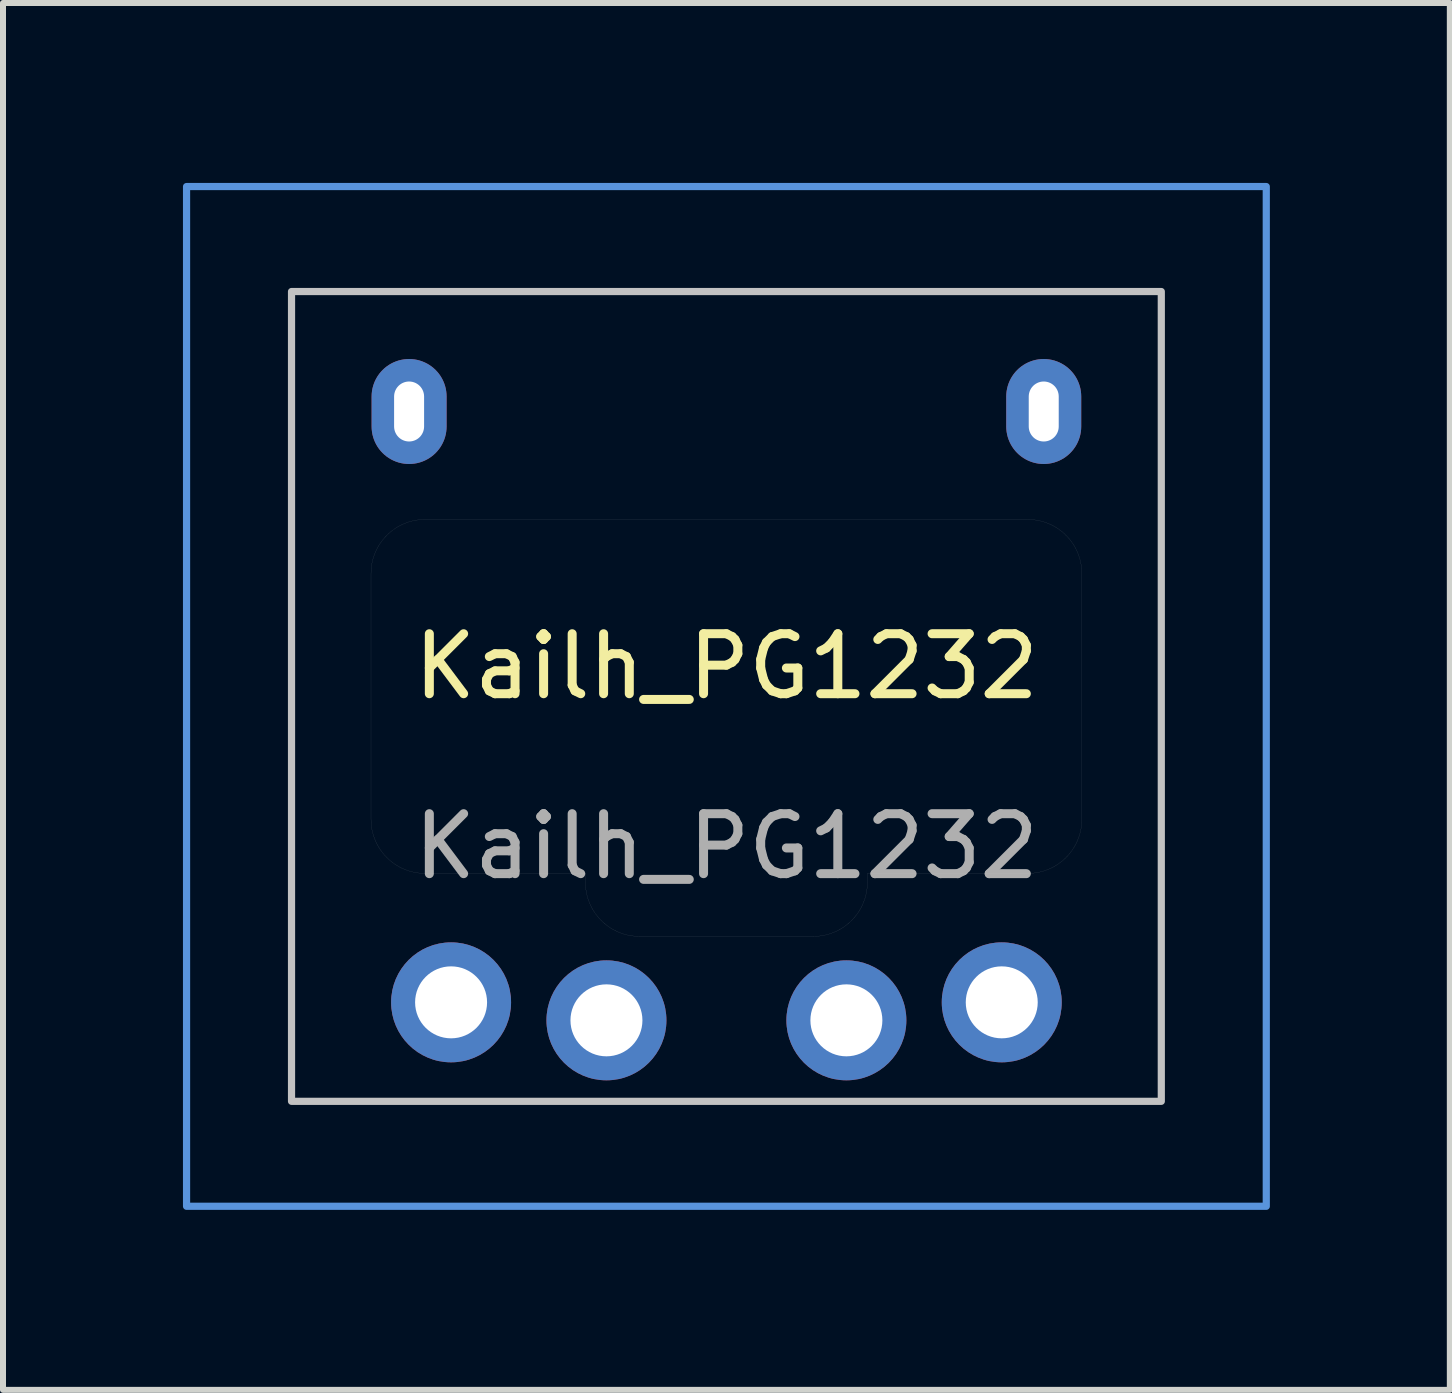
<source format=kicad_pcb>
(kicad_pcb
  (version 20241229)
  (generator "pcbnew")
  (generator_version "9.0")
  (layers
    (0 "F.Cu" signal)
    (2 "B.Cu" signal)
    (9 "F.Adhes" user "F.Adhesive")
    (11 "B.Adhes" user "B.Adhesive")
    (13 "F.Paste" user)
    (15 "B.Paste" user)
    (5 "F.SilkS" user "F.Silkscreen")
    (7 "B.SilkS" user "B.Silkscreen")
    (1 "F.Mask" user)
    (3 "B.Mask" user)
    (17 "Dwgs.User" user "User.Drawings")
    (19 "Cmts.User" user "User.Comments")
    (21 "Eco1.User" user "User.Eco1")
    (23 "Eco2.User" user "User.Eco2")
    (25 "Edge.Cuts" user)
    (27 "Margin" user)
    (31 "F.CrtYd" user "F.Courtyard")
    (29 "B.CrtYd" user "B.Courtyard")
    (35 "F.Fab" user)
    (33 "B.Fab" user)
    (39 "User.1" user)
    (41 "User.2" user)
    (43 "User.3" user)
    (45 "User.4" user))
  (footprint "Kailh_PG1232"
    (layer "F.Cu")
    (at 9.06 8.56)
    (property "Reference" "Kailh_PG1232" (at 0 -0.5 0) (unlocked yes) (layer "F.SilkS") (effects (font (size 1 1) (thickness 0.15))))
    (fp_rect (start -7.25 -6.75) (end 7.25 6.75) (stroke (width 0.12) (type solid)) (fill no) (layer "Dwgs.User"))
    (fp_rect (start -9 -8.5) (end 9 8.5) (stroke (width 0.12) (type solid)) (fill no) (layer "Cmts.User"))
    (fp_line (start -5.925 -2.05) (end -5.925 -2.05) (stroke (width 0.001) (type solid)) (layer "Edge.Cuts"))
    (fp_line (start -5.925 -2.05) (end -5.925 2.05) (stroke (width 0.001) (type solid)) (layer "Edge.Cuts"))
    (fp_line (start -5.925 2.05) (end -5.925 2.05) (stroke (width 0.001) (type solid)) (layer "Edge.Cuts"))
    (fp_line (start -5.925 2.05) (end -5.924 2.095) (stroke (width 0.001) (type solid)) (layer "Edge.Cuts"))
    (fp_line (start -5.924 2.095) (end -5.921 2.139) (stroke (width 0.001) (type solid)) (layer "Edge.Cuts"))
    (fp_line (start -5.924 -2.096) (end -5.925 -2.05) (stroke (width 0.001) (type solid)) (layer "Edge.Cuts"))
    (fp_line (start -5.921 2.139) (end -5.915 2.183) (stroke (width 0.001) (type solid)) (layer "Edge.Cuts"))
    (fp_line (start -5.92 -2.142) (end -5.924 -2.096) (stroke (width 0.001) (type solid)) (layer "Edge.Cuts"))
    (fp_line (start -5.915 2.183) (end -5.908 2.226) (stroke (width 0.001) (type solid)) (layer "Edge.Cuts"))
    (fp_line (start -5.915 -2.187) (end -5.92 -2.142) (stroke (width 0.001) (type solid)) (layer "Edge.Cuts"))
    (fp_line (start -5.908 2.226) (end -5.898 2.269) (stroke (width 0.001) (type solid)) (layer "Edge.Cuts"))
    (fp_line (start -5.907 -2.231) (end -5.915 -2.187) (stroke (width 0.001) (type solid)) (layer "Edge.Cuts"))
    (fp_line (start -5.898 2.269) (end -5.886 2.312) (stroke (width 0.001) (type solid)) (layer "Edge.Cuts"))
    (fp_line (start -5.897 -2.275) (end -5.907 -2.231) (stroke (width 0.001) (type solid)) (layer "Edge.Cuts"))
    (fp_line (start -5.886 2.312) (end -5.872 2.353) (stroke (width 0.001) (type solid)) (layer "Edge.Cuts"))
    (fp_line (start -5.885 -2.318) (end -5.897 -2.275) (stroke (width 0.001) (type solid)) (layer "Edge.Cuts"))
    (fp_line (start -5.872 2.353) (end -5.856 2.394) (stroke (width 0.001) (type solid)) (layer "Edge.Cuts"))
    (fp_line (start -5.87 -2.359) (end -5.885 -2.318) (stroke (width 0.001) (type solid)) (layer "Edge.Cuts"))
    (fp_line (start -5.856 2.394) (end -5.839 2.435) (stroke (width 0.001) (type solid)) (layer "Edge.Cuts"))
    (fp_line (start -5.854 -2.4) (end -5.87 -2.359) (stroke (width 0.001) (type solid)) (layer "Edge.Cuts"))
    (fp_line (start -5.839 2.435) (end -5.819 2.474) (stroke (width 0.001) (type solid)) (layer "Edge.Cuts"))
    (fp_line (start -5.836 -2.44) (end -5.854 -2.4) (stroke (width 0.001) (type solid)) (layer "Edge.Cuts"))
    (fp_line (start -5.819 2.474) (end -5.797 2.512) (stroke (width 0.001) (type solid)) (layer "Edge.Cuts"))
    (fp_line (start -5.816 -2.479) (end -5.836 -2.44) (stroke (width 0.001) (type solid)) (layer "Edge.Cuts"))
    (fp_line (start -5.797 2.512) (end -5.774 2.549) (stroke (width 0.001) (type solid)) (layer "Edge.Cuts"))
    (fp_line (start -5.795 -2.517) (end -5.816 -2.479) (stroke (width 0.001) (type solid)) (layer "Edge.Cuts"))
    (fp_line (start -5.774 2.549) (end -5.748 2.585) (stroke (width 0.001) (type solid)) (layer "Edge.Cuts"))
    (fp_line (start -5.771 -2.553) (end -5.795 -2.517) (stroke (width 0.001) (type solid)) (layer "Edge.Cuts"))
    (fp_line (start -5.748 2.585) (end -5.721 2.62) (stroke (width 0.001) (type solid)) (layer "Edge.Cuts"))
    (fp_line (start -5.746 -2.588) (end -5.771 -2.553) (stroke (width 0.001) (type solid)) (layer "Edge.Cuts"))
    (fp_line (start -5.721 2.62) (end -5.692 2.654) (stroke (width 0.001) (type solid)) (layer "Edge.Cuts"))
    (fp_line (start -5.719 -2.622) (end -5.746 -2.588) (stroke (width 0.001) (type solid)) (layer "Edge.Cuts"))
    (fp_line (start -5.692 2.654) (end -5.661 2.686) (stroke (width 0.001) (type solid)) (layer "Edge.Cuts"))
    (fp_line (start -5.691 -2.655) (end -5.719 -2.622) (stroke (width 0.001) (type solid)) (layer "Edge.Cuts"))
    (fp_line (start -5.661 -2.686) (end -5.691 -2.655) (stroke (width 0.001) (type solid)) (layer "Edge.Cuts"))
    (fp_line (start -5.661 2.686) (end -5.661 2.686) (stroke (width 0.001) (type solid)) (layer "Edge.Cuts"))
    (fp_line (start -5.661 2.686) (end -5.629 2.717) (stroke (width 0.001) (type solid)) (layer "Edge.Cuts"))
    (fp_line (start -5.63 -2.716) (end -5.661 -2.686) (stroke (width 0.001) (type solid)) (layer "Edge.Cuts"))
    (fp_line (start -5.629 2.717) (end -5.595 2.746) (stroke (width 0.001) (type solid)) (layer "Edge.Cuts"))
    (fp_line (start -5.597 -2.744) (end -5.63 -2.716) (stroke (width 0.001) (type solid)) (layer "Edge.Cuts"))
    (fp_line (start -5.595 2.746) (end -5.56 2.773) (stroke (width 0.001) (type solid)) (layer "Edge.Cuts"))
    (fp_line (start -5.563 -2.771) (end -5.597 -2.744) (stroke (width 0.001) (type solid)) (layer "Edge.Cuts"))
    (fp_line (start -5.56 2.773) (end -5.524 2.799) (stroke (width 0.001) (type solid)) (layer "Edge.Cuts"))
    (fp_line (start -5.528 -2.796) (end -5.563 -2.771) (stroke (width 0.001) (type solid)) (layer "Edge.Cuts"))
    (fp_line (start -5.524 2.799) (end -5.487 2.822) (stroke (width 0.001) (type solid)) (layer "Edge.Cuts"))
    (fp_line (start -5.492 -2.82) (end -5.528 -2.796) (stroke (width 0.001) (type solid)) (layer "Edge.Cuts"))
    (fp_line (start -5.487 2.822) (end -5.449 2.844) (stroke (width 0.001) (type solid)) (layer "Edge.Cuts"))
    (fp_line (start -5.454 -2.841) (end -5.492 -2.82) (stroke (width 0.001) (type solid)) (layer "Edge.Cuts"))
    (fp_line (start -5.449 2.844) (end -5.41 2.864) (stroke (width 0.001) (type solid)) (layer "Edge.Cuts"))
    (fp_line (start -5.415 -2.861) (end -5.454 -2.841) (stroke (width 0.001) (type solid)) (layer "Edge.Cuts"))
    (fp_line (start -5.41 2.864) (end -5.369 2.881) (stroke (width 0.001) (type solid)) (layer "Edge.Cuts"))
    (fp_line (start -5.375 -2.879) (end -5.415 -2.861) (stroke (width 0.001) (type solid)) (layer "Edge.Cuts"))
    (fp_line (start -5.369 2.881) (end -5.328 2.897) (stroke (width 0.001) (type solid)) (layer "Edge.Cuts"))
    (fp_line (start -5.334 -2.895) (end -5.375 -2.879) (stroke (width 0.001) (type solid)) (layer "Edge.Cuts"))
    (fp_line (start -5.328 2.897) (end -5.287 2.911) (stroke (width 0.001) (type solid)) (layer "Edge.Cuts"))
    (fp_line (start -5.293 -2.91) (end -5.334 -2.895) (stroke (width 0.001) (type solid)) (layer "Edge.Cuts"))
    (fp_line (start -5.287 2.911) (end -5.244 2.923) (stroke (width 0.001) (type solid)) (layer "Edge.Cuts"))
    (fp_line (start -5.25 -2.922) (end -5.293 -2.91) (stroke (width 0.001) (type solid)) (layer "Edge.Cuts"))
    (fp_line (start -5.244 2.923) (end -5.201 2.933) (stroke (width 0.001) (type solid)) (layer "Edge.Cuts"))
    (fp_line (start -5.206 -2.932) (end -5.25 -2.922) (stroke (width 0.001) (type solid)) (layer "Edge.Cuts"))
    (fp_line (start -5.201 2.933) (end -5.158 2.94) (stroke (width 0.001) (type solid)) (layer "Edge.Cuts"))
    (fp_line (start -5.162 -2.94) (end -5.206 -2.932) (stroke (width 0.001) (type solid)) (layer "Edge.Cuts"))
    (fp_line (start -5.158 2.94) (end -5.114 2.946) (stroke (width 0.001) (type solid)) (layer "Edge.Cuts"))
    (fp_line (start -5.117 -2.945) (end -5.162 -2.94) (stroke (width 0.001) (type solid)) (layer "Edge.Cuts"))
    (fp_line (start -5.114 2.946) (end -5.07 2.949) (stroke (width 0.001) (type solid)) (layer "Edge.Cuts"))
    (fp_line (start -5.071 -2.949) (end -5.117 -2.945) (stroke (width 0.001) (type solid)) (layer "Edge.Cuts"))
    (fp_line (start -5.07 2.949) (end -5.025 2.95) (stroke (width 0.001) (type solid)) (layer "Edge.Cuts"))
    (fp_line (start -5.025 -2.95) (end -5.071 -2.949) (stroke (width 0.001) (type solid)) (layer "Edge.Cuts"))
    (fp_line (start -5.025 2.95) (end -5.025 2.95) (stroke (width 0.001) (type solid)) (layer "Edge.Cuts"))
    (fp_line (start -5.025 2.95) (end -2.35 2.95) (stroke (width 0.001) (type solid)) (layer "Edge.Cuts"))
    (fp_line (start -2.35 2.95) (end -2.35 2.95) (stroke (width 0.001) (type solid)) (layer "Edge.Cuts"))
    (fp_line (start -2.35 2.95) (end -2.35 3.1) (stroke (width 0.001) (type solid)) (layer "Edge.Cuts"))
    (fp_line (start -2.35 3.1) (end -2.35 3.1) (stroke (width 0.001) (type solid)) (layer "Edge.Cuts"))
    (fp_line (start -2.35 3.1) (end -2.349 3.146) (stroke (width 0.001) (type solid)) (layer "Edge.Cuts"))
    (fp_line (start -2.349 3.146) (end -2.345 3.192) (stroke (width 0.001) (type solid)) (layer "Edge.Cuts"))
    (fp_line (start -2.345 3.192) (end -2.34 3.237) (stroke (width 0.001) (type solid)) (layer "Edge.Cuts"))
    (fp_line (start -2.34 3.237) (end -2.332 3.281) (stroke (width 0.001) (type solid)) (layer "Edge.Cuts"))
    (fp_line (start -2.332 3.281) (end -2.322 3.325) (stroke (width 0.001) (type solid)) (layer "Edge.Cuts"))
    (fp_line (start -2.322 3.325) (end -2.31 3.368) (stroke (width 0.001) (type solid)) (layer "Edge.Cuts"))
    (fp_line (start -2.31 3.368) (end -2.295 3.409) (stroke (width 0.001) (type solid)) (layer "Edge.Cuts"))
    (fp_line (start -2.295 3.409) (end -2.279 3.45) (stroke (width 0.001) (type solid)) (layer "Edge.Cuts"))
    (fp_line (start -2.279 3.45) (end -2.261 3.49) (stroke (width 0.001) (type solid)) (layer "Edge.Cuts"))
    (fp_line (start -2.261 3.49) (end -2.241 3.529) (stroke (width 0.001) (type solid)) (layer "Edge.Cuts"))
    (fp_line (start -2.241 3.529) (end -2.22 3.567) (stroke (width 0.001) (type solid)) (layer "Edge.Cuts"))
    (fp_line (start -2.22 3.567) (end -2.196 3.603) (stroke (width 0.001) (type solid)) (layer "Edge.Cuts"))
    (fp_line (start -2.196 3.603) (end -2.171 3.638) (stroke (width 0.001) (type solid)) (layer "Edge.Cuts"))
    (fp_line (start -2.171 3.638) (end -2.144 3.672) (stroke (width 0.001) (type solid)) (layer "Edge.Cuts"))
    (fp_line (start -2.144 3.672) (end -2.116 3.705) (stroke (width 0.001) (type solid)) (layer "Edge.Cuts"))
    (fp_line (start -2.116 3.705) (end -2.086 3.736) (stroke (width 0.001) (type solid)) (layer "Edge.Cuts"))
    (fp_line (start -2.086 3.736) (end -2.055 3.766) (stroke (width 0.001) (type solid)) (layer "Edge.Cuts"))
    (fp_line (start -2.055 3.766) (end -2.022 3.794) (stroke (width 0.001) (type solid)) (layer "Edge.Cuts"))
    (fp_line (start -2.022 3.794) (end -1.988 3.821) (stroke (width 0.001) (type solid)) (layer "Edge.Cuts"))
    (fp_line (start -1.988 3.821) (end -1.953 3.846) (stroke (width 0.001) (type solid)) (layer "Edge.Cuts"))
    (fp_line (start -1.953 3.846) (end -1.917 3.87) (stroke (width 0.001) (type solid)) (layer "Edge.Cuts"))
    (fp_line (start -1.917 3.87) (end -1.879 3.891) (stroke (width 0.001) (type solid)) (layer "Edge.Cuts"))
    (fp_line (start -1.879 3.891) (end -1.84 3.911) (stroke (width 0.001) (type solid)) (layer "Edge.Cuts"))
    (fp_line (start -1.84 3.911) (end -1.8 3.929) (stroke (width 0.001) (type solid)) (layer "Edge.Cuts"))
    (fp_line (start -1.8 3.929) (end -1.759 3.945) (stroke (width 0.001) (type solid)) (layer "Edge.Cuts"))
    (fp_line (start -1.759 3.945) (end -1.718 3.96) (stroke (width 0.001) (type solid)) (layer "Edge.Cuts"))
    (fp_line (start -1.718 3.96) (end -1.675 3.972) (stroke (width 0.001) (type solid)) (layer "Edge.Cuts"))
    (fp_line (start -1.675 3.972) (end -1.631 3.982) (stroke (width 0.001) (type solid)) (layer "Edge.Cuts"))
    (fp_line (start -1.631 3.982) (end -1.587 3.99) (stroke (width 0.001) (type solid)) (layer "Edge.Cuts"))
    (fp_line (start -1.587 3.99) (end -1.542 3.995) (stroke (width 0.001) (type solid)) (layer "Edge.Cuts"))
    (fp_line (start -1.542 3.995) (end -1.496 3.999) (stroke (width 0.001) (type solid)) (layer "Edge.Cuts"))
    (fp_line (start -1.496 3.999) (end -1.45 4) (stroke (width 0.001) (type solid)) (layer "Edge.Cuts"))
    (fp_line (start -1.45 4) (end -1.45 4) (stroke (width 0.001) (type solid)) (layer "Edge.Cuts"))
    (fp_line (start -1.45 4) (end 1.45 4) (stroke (width 0.001) (type solid)) (layer "Edge.Cuts"))
    (fp_line (start 1.45 4) (end 1.45 4) (stroke (width 0.001) (type solid)) (layer "Edge.Cuts"))
    (fp_line (start 1.45 4) (end 1.495 3.999) (stroke (width 0.001) (type solid)) (layer "Edge.Cuts"))
    (fp_line (start 1.495 3.999) (end 1.539 3.996) (stroke (width 0.001) (type solid)) (layer "Edge.Cuts"))
    (fp_line (start 1.539 3.996) (end 1.583 3.99) (stroke (width 0.001) (type solid)) (layer "Edge.Cuts"))
    (fp_line (start 1.583 3.99) (end 1.626 3.983) (stroke (width 0.001) (type solid)) (layer "Edge.Cuts"))
    (fp_line (start 1.626 3.983) (end 1.669 3.973) (stroke (width 0.001) (type solid)) (layer "Edge.Cuts"))
    (fp_line (start 1.669 3.973) (end 1.712 3.961) (stroke (width 0.001) (type solid)) (layer "Edge.Cuts"))
    (fp_line (start 1.712 3.961) (end 1.753 3.947) (stroke (width 0.001) (type solid)) (layer "Edge.Cuts"))
    (fp_line (start 1.753 3.947) (end 1.794 3.931) (stroke (width 0.001) (type solid)) (layer "Edge.Cuts"))
    (fp_line (start 1.794 3.931) (end 1.835 3.914) (stroke (width 0.001) (type solid)) (layer "Edge.Cuts"))
    (fp_line (start 1.835 3.914) (end 1.874 3.894) (stroke (width 0.001) (type solid)) (layer "Edge.Cuts"))
    (fp_line (start 1.874 3.894) (end 1.912 3.872) (stroke (width 0.001) (type solid)) (layer "Edge.Cuts"))
    (fp_line (start 1.912 3.872) (end 1.949 3.849) (stroke (width 0.001) (type solid)) (layer "Edge.Cuts"))
    (fp_line (start 1.949 3.849) (end 1.985 3.823) (stroke (width 0.001) (type solid)) (layer "Edge.Cuts"))
    (fp_line (start 1.985 3.823) (end 2.02 3.796) (stroke (width 0.001) (type solid)) (layer "Edge.Cuts"))
    (fp_line (start 2.02 3.796) (end 2.054 3.767) (stroke (width 0.001) (type solid)) (layer "Edge.Cuts"))
    (fp_line (start 2.054 3.767) (end 2.086 3.736) (stroke (width 0.001) (type solid)) (layer "Edge.Cuts"))
    (fp_line (start 2.086 3.736) (end 2.086 3.736) (stroke (width 0.001) (type solid)) (layer "Edge.Cuts"))
    (fp_line (start 2.086 3.736) (end 2.117 3.704) (stroke (width 0.001) (type solid)) (layer "Edge.Cuts"))
    (fp_line (start 2.117 3.704) (end 2.146 3.67) (stroke (width 0.001) (type solid)) (layer "Edge.Cuts"))
    (fp_line (start 2.146 3.67) (end 2.173 3.635) (stroke (width 0.001) (type solid)) (layer "Edge.Cuts"))
    (fp_line (start 2.173 3.635) (end 2.199 3.599) (stroke (width 0.001) (type solid)) (layer "Edge.Cuts"))
    (fp_line (start 2.199 3.599) (end 2.222 3.562) (stroke (width 0.001) (type solid)) (layer "Edge.Cuts"))
    (fp_line (start 2.222 3.562) (end 2.244 3.524) (stroke (width 0.001) (type solid)) (layer "Edge.Cuts"))
    (fp_line (start 2.244 3.524) (end 2.264 3.485) (stroke (width 0.001) (type solid)) (layer "Edge.Cuts"))
    (fp_line (start 2.264 3.485) (end 2.281 3.444) (stroke (width 0.001) (type solid)) (layer "Edge.Cuts"))
    (fp_line (start 2.281 3.444) (end 2.297 3.403) (stroke (width 0.001) (type solid)) (layer "Edge.Cuts"))
    (fp_line (start 2.297 3.403) (end 2.311 3.362) (stroke (width 0.001) (type solid)) (layer "Edge.Cuts"))
    (fp_line (start 2.311 3.362) (end 2.323 3.319) (stroke (width 0.001) (type solid)) (layer "Edge.Cuts"))
    (fp_line (start 2.323 3.319) (end 2.333 3.276) (stroke (width 0.001) (type solid)) (layer "Edge.Cuts"))
    (fp_line (start 2.333 3.276) (end 2.34 3.233) (stroke (width 0.001) (type solid)) (layer "Edge.Cuts"))
    (fp_line (start 2.34 3.233) (end 2.346 3.189) (stroke (width 0.001) (type solid)) (layer "Edge.Cuts"))
    (fp_line (start 2.346 3.189) (end 2.349 3.145) (stroke (width 0.001) (type solid)) (layer "Edge.Cuts"))
    (fp_line (start 2.349 3.145) (end 2.35 3.1) (stroke (width 0.001) (type solid)) (layer "Edge.Cuts"))
    (fp_line (start 2.35 2.95) (end 2.35 2.95) (stroke (width 0.001) (type solid)) (layer "Edge.Cuts"))
    (fp_line (start 2.35 2.95) (end 5.025 2.95) (stroke (width 0.001) (type solid)) (layer "Edge.Cuts"))
    (fp_line (start 2.35 3.1) (end 2.35 2.95) (stroke (width 0.001) (type solid)) (layer "Edge.Cuts"))
    (fp_line (start 2.35 3.1) (end 2.35 3.1) (stroke (width 0.001) (type solid)) (layer "Edge.Cuts"))
    (fp_line (start 5.025 -2.95) (end -5.025 -2.95) (stroke (width 0.001) (type solid)) (layer "Edge.Cuts"))
    (fp_line (start 5.025 -2.95) (end 5.025 -2.95) (stroke (width 0.001) (type solid)) (layer "Edge.Cuts"))
    (fp_line (start 5.025 2.95) (end 5.025 2.95) (stroke (width 0.001) (type solid)) (layer "Edge.Cuts"))
    (fp_line (start 5.025 2.95) (end 5.07 2.949) (stroke (width 0.001) (type solid)) (layer "Edge.Cuts"))
    (fp_line (start 5.07 -2.949) (end 5.025 -2.95) (stroke (width 0.001) (type solid)) (layer "Edge.Cuts"))
    (fp_line (start 5.07 2.949) (end 5.114 2.946) (stroke (width 0.001) (type solid)) (layer "Edge.Cuts"))
    (fp_line (start 5.114 -2.946) (end 5.07 -2.949) (stroke (width 0.001) (type solid)) (layer "Edge.Cuts"))
    (fp_line (start 5.114 2.946) (end 5.158 2.94) (stroke (width 0.001) (type solid)) (layer "Edge.Cuts"))
    (fp_line (start 5.158 -2.94) (end 5.114 -2.946) (stroke (width 0.001) (type solid)) (layer "Edge.Cuts"))
    (fp_line (start 5.158 2.94) (end 5.201 2.933) (stroke (width 0.001) (type solid)) (layer "Edge.Cuts"))
    (fp_line (start 5.201 -2.933) (end 5.158 -2.94) (stroke (width 0.001) (type solid)) (layer "Edge.Cuts"))
    (fp_line (start 5.201 2.933) (end 5.244 2.923) (stroke (width 0.001) (type solid)) (layer "Edge.Cuts"))
    (fp_line (start 5.244 -2.923) (end 5.201 -2.933) (stroke (width 0.001) (type solid)) (layer "Edge.Cuts"))
    (fp_line (start 5.244 2.923) (end 5.287 2.911) (stroke (width 0.001) (type solid)) (layer "Edge.Cuts"))
    (fp_line (start 5.287 -2.911) (end 5.244 -2.923) (stroke (width 0.001) (type solid)) (layer "Edge.Cuts"))
    (fp_line (start 5.287 2.911) (end 5.328 2.897) (stroke (width 0.001) (type solid)) (layer "Edge.Cuts"))
    (fp_line (start 5.328 -2.897) (end 5.287 -2.911) (stroke (width 0.001) (type solid)) (layer "Edge.Cuts"))
    (fp_line (start 5.328 2.897) (end 5.369 2.881) (stroke (width 0.001) (type solid)) (layer "Edge.Cuts"))
    (fp_line (start 5.369 -2.881) (end 5.328 -2.897) (stroke (width 0.001) (type solid)) (layer "Edge.Cuts"))
    (fp_line (start 5.369 2.881) (end 5.41 2.864) (stroke (width 0.001) (type solid)) (layer "Edge.Cuts"))
    (fp_line (start 5.41 -2.864) (end 5.369 -2.881) (stroke (width 0.001) (type solid)) (layer "Edge.Cuts"))
    (fp_line (start 5.41 2.864) (end 5.449 2.844) (stroke (width 0.001) (type solid)) (layer "Edge.Cuts"))
    (fp_line (start 5.449 -2.844) (end 5.41 -2.864) (stroke (width 0.001) (type solid)) (layer "Edge.Cuts"))
    (fp_line (start 5.449 2.844) (end 5.487 2.822) (stroke (width 0.001) (type solid)) (layer "Edge.Cuts"))
    (fp_line (start 5.487 -2.822) (end 5.449 -2.844) (stroke (width 0.001) (type solid)) (layer "Edge.Cuts"))
    (fp_line (start 5.487 2.822) (end 5.524 2.799) (stroke (width 0.001) (type solid)) (layer "Edge.Cuts"))
    (fp_line (start 5.524 -2.799) (end 5.487 -2.822) (stroke (width 0.001) (type solid)) (layer "Edge.Cuts"))
    (fp_line (start 5.524 2.799) (end 5.56 2.773) (stroke (width 0.001) (type solid)) (layer "Edge.Cuts"))
    (fp_line (start 5.56 -2.773) (end 5.524 -2.799) (stroke (width 0.001) (type solid)) (layer "Edge.Cuts"))
    (fp_line (start 5.56 2.773) (end 5.595 2.746) (stroke (width 0.001) (type solid)) (layer "Edge.Cuts"))
    (fp_line (start 5.595 -2.746) (end 5.56 -2.773) (stroke (width 0.001) (type solid)) (layer "Edge.Cuts"))
    (fp_line (start 5.595 2.746) (end 5.629 2.717) (stroke (width 0.001) (type solid)) (layer "Edge.Cuts"))
    (fp_line (start 5.629 -2.717) (end 5.595 -2.746) (stroke (width 0.001) (type solid)) (layer "Edge.Cuts"))
    (fp_line (start 5.629 2.717) (end 5.661 2.686) (stroke (width 0.001) (type solid)) (layer "Edge.Cuts"))
    (fp_line (start 5.661 -2.686) (end 5.629 -2.717) (stroke (width 0.001) (type solid)) (layer "Edge.Cuts"))
    (fp_line (start 5.661 -2.686) (end 5.661 -2.686) (stroke (width 0.001) (type solid)) (layer "Edge.Cuts"))
    (fp_line (start 5.661 2.686) (end 5.661 2.686) (stroke (width 0.001) (type solid)) (layer "Edge.Cuts"))
    (fp_line (start 5.661 2.686) (end 5.692 2.654) (stroke (width 0.001) (type solid)) (layer "Edge.Cuts"))
    (fp_line (start 5.692 -2.654) (end 5.661 -2.686) (stroke (width 0.001) (type solid)) (layer "Edge.Cuts"))
    (fp_line (start 5.692 2.654) (end 5.721 2.62) (stroke (width 0.001) (type solid)) (layer "Edge.Cuts"))
    (fp_line (start 5.721 -2.62) (end 5.692 -2.654) (stroke (width 0.001) (type solid)) (layer "Edge.Cuts"))
    (fp_line (start 5.721 2.62) (end 5.748 2.585) (stroke (width 0.001) (type solid)) (layer "Edge.Cuts"))
    (fp_line (start 5.748 -2.585) (end 5.721 -2.62) (stroke (width 0.001) (type solid)) (layer "Edge.Cuts"))
    (fp_line (start 5.748 2.585) (end 5.774 2.549) (stroke (width 0.001) (type solid)) (layer "Edge.Cuts"))
    (fp_line (start 5.774 -2.549) (end 5.748 -2.585) (stroke (width 0.001) (type solid)) (layer "Edge.Cuts"))
    (fp_line (start 5.774 2.549) (end 5.797 2.512) (stroke (width 0.001) (type solid)) (layer "Edge.Cuts"))
    (fp_line (start 5.797 -2.512) (end 5.774 -2.549) (stroke (width 0.001) (type solid)) (layer "Edge.Cuts"))
    (fp_line (start 5.797 2.512) (end 5.819 2.474) (stroke (width 0.001) (type solid)) (layer "Edge.Cuts"))
    (fp_line (start 5.819 -2.474) (end 5.797 -2.512) (stroke (width 0.001) (type solid)) (layer "Edge.Cuts"))
    (fp_line (start 5.819 2.474) (end 5.839 2.435) (stroke (width 0.001) (type solid)) (layer "Edge.Cuts"))
    (fp_line (start 5.839 -2.435) (end 5.819 -2.474) (stroke (width 0.001) (type solid)) (layer "Edge.Cuts"))
    (fp_line (start 5.839 2.435) (end 5.856 2.394) (stroke (width 0.001) (type solid)) (layer "Edge.Cuts"))
    (fp_line (start 5.856 -2.394) (end 5.839 -2.435) (stroke (width 0.001) (type solid)) (layer "Edge.Cuts"))
    (fp_line (start 5.856 2.394) (end 5.872 2.353) (stroke (width 0.001) (type solid)) (layer "Edge.Cuts"))
    (fp_line (start 5.872 -2.353) (end 5.856 -2.394) (stroke (width 0.001) (type solid)) (layer "Edge.Cuts"))
    (fp_line (start 5.872 2.353) (end 5.886 2.312) (stroke (width 0.001) (type solid)) (layer "Edge.Cuts"))
    (fp_line (start 5.886 -2.312) (end 5.872 -2.353) (stroke (width 0.001) (type solid)) (layer "Edge.Cuts"))
    (fp_line (start 5.886 2.312) (end 5.898 2.269) (stroke (width 0.001) (type solid)) (layer "Edge.Cuts"))
    (fp_line (start 5.898 -2.269) (end 5.886 -2.312) (stroke (width 0.001) (type solid)) (layer "Edge.Cuts"))
    (fp_line (start 5.898 2.269) (end 5.908 2.226) (stroke (width 0.001) (type solid)) (layer "Edge.Cuts"))
    (fp_line (start 5.908 -2.226) (end 5.898 -2.269) (stroke (width 0.001) (type solid)) (layer "Edge.Cuts"))
    (fp_line (start 5.908 2.226) (end 5.915 2.183) (stroke (width 0.001) (type solid)) (layer "Edge.Cuts"))
    (fp_line (start 5.915 -2.183) (end 5.908 -2.226) (stroke (width 0.001) (type solid)) (layer "Edge.Cuts"))
    (fp_line (start 5.915 2.183) (end 5.921 2.139) (stroke (width 0.001) (type solid)) (layer "Edge.Cuts"))
    (fp_line (start 5.921 -2.139) (end 5.915 -2.183) (stroke (width 0.001) (type solid)) (layer "Edge.Cuts"))
    (fp_line (start 5.921 2.139) (end 5.924 2.095) (stroke (width 0.001) (type solid)) (layer "Edge.Cuts"))
    (fp_line (start 5.924 -2.095) (end 5.921 -2.139) (stroke (width 0.001) (type solid)) (layer "Edge.Cuts"))
    (fp_line (start 5.924 2.095) (end 5.925 2.05) (stroke (width 0.001) (type solid)) (layer "Edge.Cuts"))
    (fp_line (start 5.925 -2.05) (end 5.924 -2.095) (stroke (width 0.001) (type solid)) (layer "Edge.Cuts"))
    (fp_line (start 5.925 -2.05) (end 5.925 -2.05) (stroke (width 0.001) (type solid)) (layer "Edge.Cuts"))
    (fp_line (start 5.925 2.05) (end 5.925 -2.05) (stroke (width 0.001) (type solid)) (layer "Edge.Cuts"))
    (fp_line (start 5.925 2.05) (end 5.925 2.05) (stroke (width 0.001) (type solid)) (layer "Edge.Cuts"))
    (fp_text user "${REFERENCE}" (at 0 2.5 0) (unlocked yes) (layer "F.Fab") (effects (font (size 1 1) (thickness 0.15))))
    (pad "" thru_hole oval (at -5.29 -4.75) (size 1.25 1.75) (drill oval 0.5 1) (layers "*.Cu" "*.Mask"))
    (pad "" thru_hole oval (at 5.29 -4.75) (size 1.25 1.75) (drill oval 0.5 1) (layers "*.Cu" "*.Mask"))
    (pad "1" thru_hole circle (at -4.59 5.1) (size 2 2) (drill 1.2) (layers "*.Cu" "*.Mask"))
    (pad "2" thru_hole circle (at 2 5.4) (size 2 2) (drill 1.2) (layers "*.Cu" "*.Mask"))
    (pad "3" thru_hole circle (at 4.59 5.1) (size 2 2) (drill 1.2) (layers "*.Cu" "*.Mask"))
    (pad "4" thru_hole circle (at -2 5.4) (size 2 2) (drill 1.2) (layers "*.Cu" "*.Mask"))
    (zone (net_name "") (layer "F.Cu") (hatch edge 0.508) (connect_pads) (min_thickness 0.254) (filled_areas_thickness no) (keepout (tracks not_allowed) (vias not_allowed) (pads not_allowed) (copperpour not_allowed) (footprints allowed)) (placement (enabled no)) (fill) (polygon (pts (xy 15.029 11.608) (xy 11.473 11.608) (xy 11.473 12.624) (xy 6.647 12.624) (xy 6.647 11.608) (xy 3.091 11.608) (xy 3.091 5.512) (xy 15.029 5.512)))))
  (gr_rect
    (start -3 -3)
    (end 21.12 20.12)
    (stroke (width 0.1) (type default))
    (fill no)
    (layer "Edge.Cuts")))
</source>
